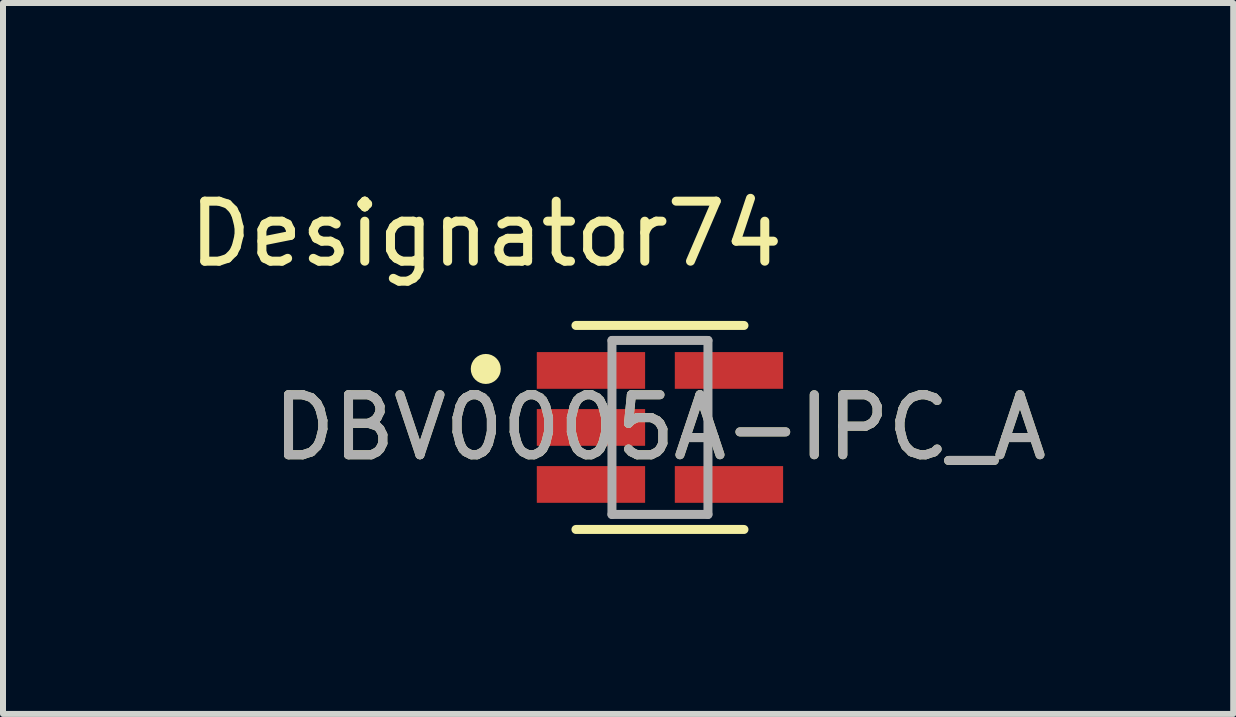
<source format=kicad_pcb>
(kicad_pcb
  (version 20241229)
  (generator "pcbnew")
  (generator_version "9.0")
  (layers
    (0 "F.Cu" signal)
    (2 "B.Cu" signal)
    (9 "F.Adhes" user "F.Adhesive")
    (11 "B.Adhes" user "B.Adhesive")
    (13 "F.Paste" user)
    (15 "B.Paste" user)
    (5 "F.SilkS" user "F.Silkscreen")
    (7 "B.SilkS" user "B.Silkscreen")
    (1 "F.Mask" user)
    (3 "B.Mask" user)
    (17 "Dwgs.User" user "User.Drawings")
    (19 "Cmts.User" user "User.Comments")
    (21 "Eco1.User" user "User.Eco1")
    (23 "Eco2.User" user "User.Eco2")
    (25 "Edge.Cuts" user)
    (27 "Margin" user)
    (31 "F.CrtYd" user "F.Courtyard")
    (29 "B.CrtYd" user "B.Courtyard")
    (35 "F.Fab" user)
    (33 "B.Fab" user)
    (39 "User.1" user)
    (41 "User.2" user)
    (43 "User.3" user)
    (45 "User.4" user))
  (footprint "DBV0005A-IPC_A"
    (layer "F.Cu")
    (at 7.949 4.074)
    (property "Reference" "DBV0005A-IPC_A" (at 0 0 0) (unlocked yes) (layer "F.SilkS") (effects (font (size 1 1) (thickness 0.15))))
    (attr smd)
    (fp_line (start -1.4 -1.7) (end 1.4 -1.7) (stroke (width 0.15) (type solid)) (layer "F.SilkS"))
    (fp_line (start -1.4 1.7) (end 1.4 1.7) (stroke (width 0.15) (type solid)) (layer "F.SilkS"))
    (fp_circle (center -2.903 -0.975) (end -2.778 -0.975) (stroke (width 0.25) (type solid)) (fill no) (layer "F.SilkS"))
    (fp_line (start -0.8 -1.45) (end 0.8 -1.45) (stroke (width 0.15) (type solid)) (layer "F.Fab"))
    (fp_line (start -0.8 1.45) (end -0.8 -1.45) (stroke (width 0.15) (type solid)) (layer "F.Fab"))
    (fp_line (start -0.8 1.45) (end 0.8 1.45) (stroke (width 0.15) (type solid)) (layer "F.Fab"))
    (fp_line (start 0.8 1.45) (end 0.8 -1.45) (stroke (width 0.15) (type solid)) (layer "F.Fab"))
    (fp_text user "Designator74" (at -2.896 -3.226 0) (unlocked yes) (layer "F.SilkS") (effects (font (size 1 1) (thickness 0.15))))
    (fp_text user "${REFERENCE}" (at 0 0 0) (unlocked yes) (layer "F.Fab") (effects (font (size 1 1) (thickness 0.15))))
    (pad "1" smd rect (at -1.15 -0.95) (size 1.805 0.612) (layers "F.Cu" "F.Mask" "F.Paste"))
    (pad "2" smd rect (at -1.15 0) (size 1.805 0.612) (layers "F.Cu" "F.Mask" "F.Paste"))
    (pad "3" smd rect (at -1.15 0.95) (size 1.805 0.612) (layers "F.Cu" "F.Mask" "F.Paste"))
    (pad "4" smd rect (at 1.15 0.95) (size 1.805 0.612) (layers "F.Cu" "F.Mask" "F.Paste"))
    (pad "5" smd rect (at 1.15 -0.95) (size 1.805 0.612) (layers "F.Cu" "F.Mask" "F.Paste")))
  (gr_rect
    (start -3 -3)
    (end 17.503 8.849)
    (stroke (width 0.1) (type default))
    (fill no)
    (layer "Edge.Cuts")))
</source>
